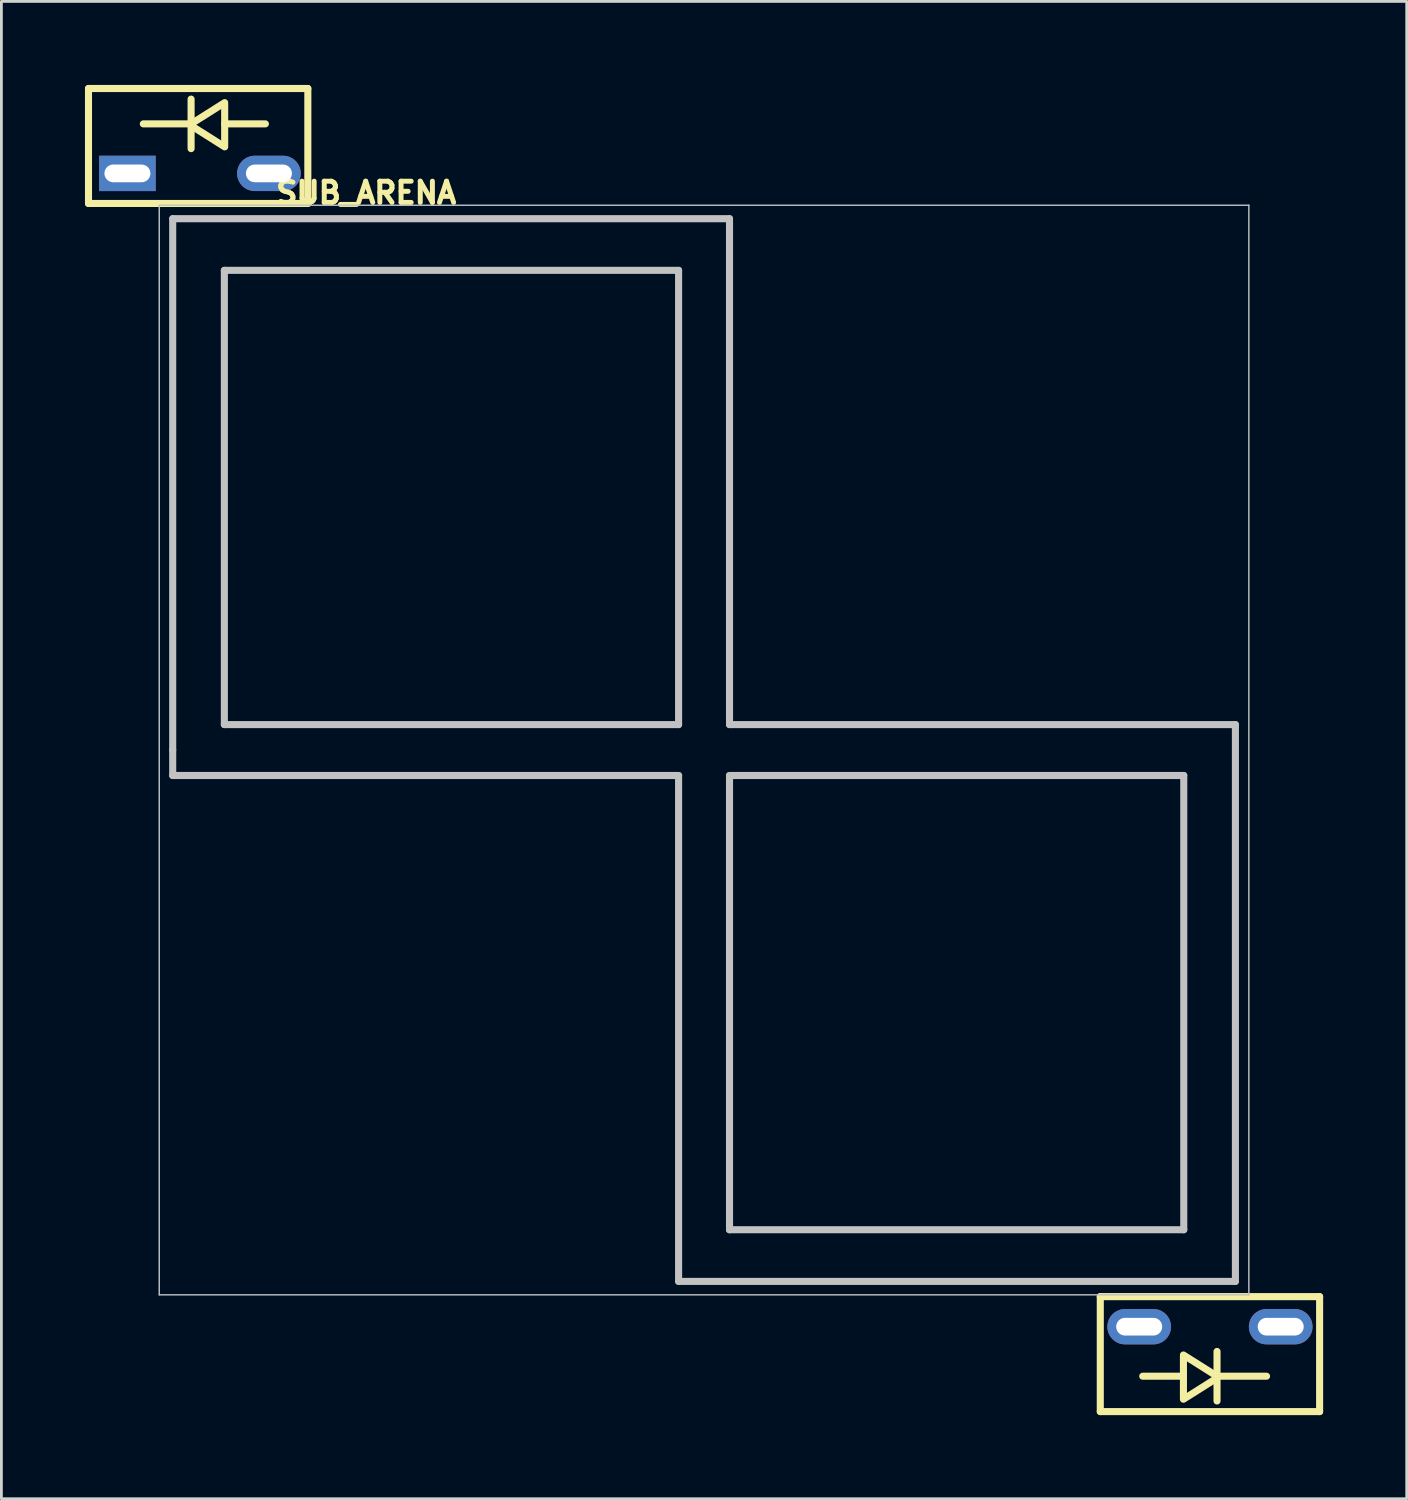
<source format=kicad_pcb>
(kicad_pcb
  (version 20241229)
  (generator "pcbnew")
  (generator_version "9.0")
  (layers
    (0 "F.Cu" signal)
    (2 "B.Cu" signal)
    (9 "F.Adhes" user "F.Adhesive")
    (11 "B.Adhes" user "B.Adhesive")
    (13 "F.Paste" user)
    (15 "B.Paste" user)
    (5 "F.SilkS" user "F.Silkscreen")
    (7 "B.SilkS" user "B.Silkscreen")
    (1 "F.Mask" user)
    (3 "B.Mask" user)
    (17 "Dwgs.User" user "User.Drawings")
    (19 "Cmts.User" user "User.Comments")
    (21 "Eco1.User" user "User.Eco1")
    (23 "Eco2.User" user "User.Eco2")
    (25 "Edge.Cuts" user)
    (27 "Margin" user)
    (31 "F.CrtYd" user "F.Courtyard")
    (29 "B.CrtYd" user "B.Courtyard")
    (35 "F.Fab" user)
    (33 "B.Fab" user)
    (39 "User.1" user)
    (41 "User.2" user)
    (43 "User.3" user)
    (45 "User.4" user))
  (footprint "SUB_ARENA"
    (layer "F.Cu")
    (at 22.225 23.876)
    (property "Reference" "SUB_ARENA" (at -12.129 -20.003 0) (layer "F.SilkS") (effects (font (size 0.762 0.762) (thickness 0.178))))
    (attr through_hole)
    (fp_line (start -22.098 -23.749) (end -22.098 -19.622) (stroke (width 0.254) (type solid)) (layer "F.SilkS"))
    (fp_line (start -22.098 -23.749) (end -14.224 -23.749) (stroke (width 0.254) (type solid)) (layer "F.SilkS"))
    (fp_line (start -22.098 -19.622) (end -14.224 -19.622) (stroke (width 0.254) (type solid)) (layer "F.SilkS"))
    (fp_line (start -18.479 -22.479) (end -20.13 -22.479) (stroke (width 0.254) (type solid)) (layer "F.SilkS"))
    (fp_line (start -18.415 -23.368) (end -18.415 -21.59) (stroke (width 0.254) (type solid)) (layer "F.SilkS"))
    (fp_line (start -18.415 -22.479) (end -17.209 -23.241) (stroke (width 0.254) (type solid)) (layer "F.SilkS"))
    (fp_line (start -18.415 -22.416) (end -17.209 -21.654) (stroke (width 0.254) (type solid)) (layer "F.SilkS"))
    (fp_line (start -17.209 -23.177) (end -17.209 -21.717) (stroke (width 0.254) (type solid)) (layer "F.SilkS"))
    (fp_line (start -17.209 -22.479) (end -15.748 -22.479) (stroke (width 0.254) (type solid)) (layer "F.SilkS"))
    (fp_line (start -14.224 -23.749) (end -14.224 -19.622) (stroke (width 0.254) (type solid)) (layer "F.SilkS"))
    (fp_line (start 14.224 19.622) (end 14.224 23.749) (stroke (width 0.254) (type solid)) (layer "F.SilkS"))
    (fp_line (start 14.224 19.622) (end 22.098 19.622) (stroke (width 0.254) (type solid)) (layer "F.SilkS"))
    (fp_line (start 14.224 23.749) (end 22.098 23.749) (stroke (width 0.254) (type solid)) (layer "F.SilkS"))
    (fp_line (start 17.209 21.78) (end 17.209 23.241) (stroke (width 0.254) (type solid)) (layer "F.SilkS"))
    (fp_line (start 17.209 22.479) (end 15.748 22.479) (stroke (width 0.254) (type solid)) (layer "F.SilkS"))
    (fp_line (start 18.415 21.59) (end 18.415 23.368) (stroke (width 0.254) (type solid)) (layer "F.SilkS"))
    (fp_line (start 18.415 22.479) (end 17.209 21.717) (stroke (width 0.254) (type solid)) (layer "F.SilkS"))
    (fp_line (start 18.415 22.543) (end 17.209 23.305) (stroke (width 0.254) (type solid)) (layer "F.SilkS"))
    (fp_line (start 18.542 22.479) (end 20.193 22.479) (stroke (width 0.254) (type solid)) (layer "F.SilkS"))
    (fp_line (start 22.098 19.622) (end 22.098 23.749) (stroke (width 0.254) (type solid)) (layer "F.SilkS"))
    (fp_line (start -19.558 -19.558) (end -19.558 19.558) (stroke (width 0.051) (type solid)) (layer "Dwgs.User"))
    (fp_line (start -19.558 -19.558) (end 19.558 -19.558) (stroke (width 0.051) (type solid)) (layer "Dwgs.User"))
    (fp_line (start -19.558 19.558) (end 19.558 19.558) (stroke (width 0.051) (type solid)) (layer "Dwgs.User"))
    (fp_line (start -19.075 -19.075) (end 0.914 -19.075) (stroke (width 0.254) (type solid)) (layer "Dwgs.User"))
    (fp_line (start -19.075 0) (end -19.075 -19.075) (stroke (width 0.254) (type solid)) (layer "Dwgs.User"))
    (fp_line (start -19.075 0) (end -19.075 0.914) (stroke (width 0.254) (type solid)) (layer "Dwgs.User"))
    (fp_line (start -19.075 0.914) (end -0.914 0.914) (stroke (width 0.254) (type solid)) (layer "Dwgs.User"))
    (fp_line (start -17.221 -17.221) (end -0.914 -17.221) (stroke (width 0.254) (type solid)) (layer "Dwgs.User"))
    (fp_line (start -17.221 -0.914) (end -17.221 -17.221) (stroke (width 0.254) (type solid)) (layer "Dwgs.User"))
    (fp_line (start -0.914 -17.221) (end -0.914 -0.914) (stroke (width 0.254) (type solid)) (layer "Dwgs.User"))
    (fp_line (start -0.914 -0.914) (end -17.221 -0.914) (stroke (width 0.254) (type solid)) (layer "Dwgs.User"))
    (fp_line (start -0.914 0.914) (end -0.914 19.075) (stroke (width 0.254) (type solid)) (layer "Dwgs.User"))
    (fp_line (start -0.914 19.075) (end 19.075 19.075) (stroke (width 0.254) (type solid)) (layer "Dwgs.User"))
    (fp_line (start 0.914 -19.075) (end 0.914 -0.914) (stroke (width 0.254) (type solid)) (layer "Dwgs.User"))
    (fp_line (start 0.914 -0.914) (end 19.075 -0.914) (stroke (width 0.254) (type solid)) (layer "Dwgs.User"))
    (fp_line (start 0.914 0.914) (end 17.221 0.914) (stroke (width 0.254) (type solid)) (layer "Dwgs.User"))
    (fp_line (start 0.914 17.221) (end 0.914 0.914) (stroke (width 0.254) (type solid)) (layer "Dwgs.User"))
    (fp_line (start 17.221 0.914) (end 17.221 17.221) (stroke (width 0.254) (type solid)) (layer "Dwgs.User"))
    (fp_line (start 17.221 17.221) (end 0.914 17.221) (stroke (width 0.254) (type solid)) (layer "Dwgs.User"))
    (fp_line (start 19.075 -0.914) (end 19.075 19.075) (stroke (width 0.254) (type solid)) (layer "Dwgs.User"))
    (fp_line (start 19.558 19.558) (end 19.558 -19.558) (stroke (width 0.051) (type solid)) (layer "Dwgs.User"))
    (pad "1" thru_hole rect (at -20.701 -20.701) (size 2.032 1.27) (drill oval 1.651 0.635) (layers "*.Cu" "*.Mask"))
    (pad "2" thru_hole oval (at -15.621 -20.701) (size 2.286 1.27) (drill oval 1.651 0.635) (layers "*.Cu" "*.Mask"))
    (pad "3" thru_hole oval (at 20.701 20.701) (size 2.286 1.27) (drill oval 1.651 0.635) (layers "*.Cu" "*.Mask"))
    (pad "4" thru_hole oval (at 15.621 20.701) (size 2.286 1.27) (drill oval 1.651 0.635) (layers "*.Cu" "*.Mask")))
  (gr_rect
    (start -3 -3)
    (end 47.45 50.752)
    (stroke (width 0.1) (type default))
    (fill no)
    (layer "Edge.Cuts")))
</source>
